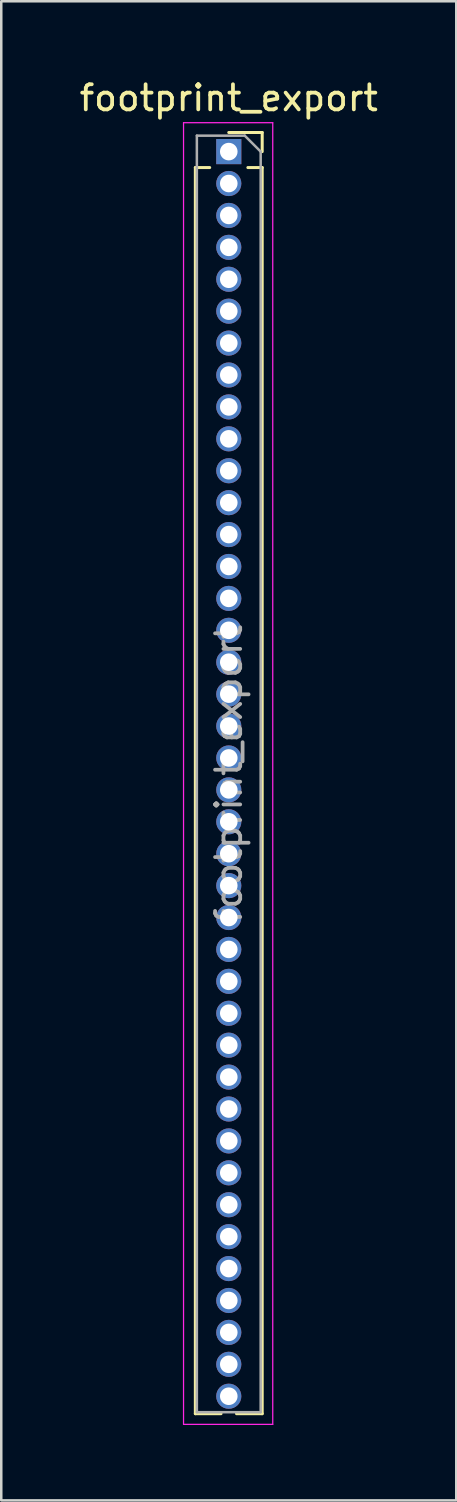
<source format=kicad_pcb>
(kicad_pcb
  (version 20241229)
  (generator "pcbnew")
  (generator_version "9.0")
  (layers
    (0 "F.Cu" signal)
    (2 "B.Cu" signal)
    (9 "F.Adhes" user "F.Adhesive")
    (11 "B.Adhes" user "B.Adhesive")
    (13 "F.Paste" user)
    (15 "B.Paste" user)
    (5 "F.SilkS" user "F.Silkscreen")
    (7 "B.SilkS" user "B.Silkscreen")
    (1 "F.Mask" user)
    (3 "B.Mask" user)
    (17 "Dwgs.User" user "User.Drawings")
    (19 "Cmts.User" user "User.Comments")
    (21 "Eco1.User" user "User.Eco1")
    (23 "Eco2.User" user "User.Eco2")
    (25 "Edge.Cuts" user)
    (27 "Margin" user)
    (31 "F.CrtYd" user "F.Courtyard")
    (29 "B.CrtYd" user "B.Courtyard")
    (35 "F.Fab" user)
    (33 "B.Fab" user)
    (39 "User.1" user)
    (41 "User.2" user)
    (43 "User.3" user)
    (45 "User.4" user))
  (footprint "footprint_export"
    (layer "F.Cu")
    (at 6.054 2.983)
    (property "Reference" "footprint_export" (at 0 -2.135 0) (layer "F.SilkS") (effects (font (size 1 1) (thickness 0.15))))
    (attr through_hole)
    (fp_line (start -1.33 0.635) (end -1.33 50.225) (stroke (width 0.12) (type solid)) (layer "F.SilkS"))
    (fp_line (start -1.33 0.635) (end -0.76 0.635) (stroke (width 0.12) (type solid)) (layer "F.SilkS"))
    (fp_line (start -1.33 50.225) (end -0.308 50.225) (stroke (width 0.12) (type solid)) (layer "F.SilkS"))
    (fp_line (start 0 -0.76) (end 1.33 -0.76) (stroke (width 0.12) (type solid)) (layer "F.SilkS"))
    (fp_line (start 0.308 50.225) (end 1.33 50.225) (stroke (width 0.12) (type solid)) (layer "F.SilkS"))
    (fp_line (start 0.76 0.635) (end 1.33 0.635) (stroke (width 0.12) (type solid)) (layer "F.SilkS"))
    (fp_line (start 1.33 -0.76) (end 1.33 0) (stroke (width 0.12) (type solid)) (layer "F.SilkS"))
    (fp_line (start 1.33 0.635) (end 1.33 50.225) (stroke (width 0.12) (type solid)) (layer "F.SilkS"))
    (fp_line (start -1.8 -1.15) (end 1.75 -1.15) (stroke (width 0.05) (type solid)) (layer "F.CrtYd"))
    (fp_line (start -1.8 50.65) (end -1.8 -1.15) (stroke (width 0.05) (type solid)) (layer "F.CrtYd"))
    (fp_line (start 1.75 -1.15) (end 1.75 50.65) (stroke (width 0.05) (type solid)) (layer "F.CrtYd"))
    (fp_line (start 1.75 50.65) (end -1.8 50.65) (stroke (width 0.05) (type solid)) (layer "F.CrtYd"))
    (fp_line (start -1.27 -0.635) (end 0.635 -0.635) (stroke (width 0.1) (type solid)) (layer "F.Fab"))
    (fp_line (start -1.27 50.165) (end -1.27 -0.635) (stroke (width 0.1) (type solid)) (layer "F.Fab"))
    (fp_line (start 0.635 -0.635) (end 1.27 0) (stroke (width 0.1) (type solid)) (layer "F.Fab"))
    (fp_line (start 1.27 0) (end 1.27 50.165) (stroke (width 0.1) (type solid)) (layer "F.Fab"))
    (fp_line (start 1.27 50.165) (end -1.27 50.165) (stroke (width 0.1) (type solid)) (layer "F.Fab"))
    (fp_text user "${REFERENCE}" (at 0 24.765 90) (layer "F.Fab") (effects (font (size 1 1) (thickness 0.15))))
    (pad "1" thru_hole rect (at 0 0) (size 1 1) (drill 0.7) (layers "*.Cu" "*.Mask"))
    (pad "2" thru_hole oval (at 0 1.27) (size 1 1) (drill 0.7) (layers "*.Cu" "*.Mask"))
    (pad "3" thru_hole oval (at 0 2.54) (size 1 1) (drill 0.7) (layers "*.Cu" "*.Mask"))
    (pad "4" thru_hole oval (at 0 3.81) (size 1 1) (drill 0.7) (layers "*.Cu" "*.Mask"))
    (pad "5" thru_hole oval (at 0 5.08) (size 1 1) (drill 0.7) (layers "*.Cu" "*.Mask"))
    (pad "6" thru_hole oval (at 0 6.35) (size 1 1) (drill 0.7) (layers "*.Cu" "*.Mask"))
    (pad "7" thru_hole oval (at 0 7.62) (size 1 1) (drill 0.7) (layers "*.Cu" "*.Mask"))
    (pad "8" thru_hole oval (at 0 8.89) (size 1 1) (drill 0.7) (layers "*.Cu" "*.Mask"))
    (pad "9" thru_hole oval (at 0 10.16) (size 1 1) (drill 0.7) (layers "*.Cu" "*.Mask"))
    (pad "10" thru_hole oval (at 0 11.43) (size 1 1) (drill 0.7) (layers "*.Cu" "*.Mask"))
    (pad "11" thru_hole oval (at 0 12.7) (size 1 1) (drill 0.7) (layers "*.Cu" "*.Mask"))
    (pad "12" thru_hole oval (at 0 13.97) (size 1 1) (drill 0.7) (layers "*.Cu" "*.Mask"))
    (pad "13" thru_hole oval (at 0 15.24) (size 1 1) (drill 0.7) (layers "*.Cu" "*.Mask"))
    (pad "14" thru_hole oval (at 0 16.51) (size 1 1) (drill 0.7) (layers "*.Cu" "*.Mask"))
    (pad "15" thru_hole oval (at 0 17.78) (size 1 1) (drill 0.7) (layers "*.Cu" "*.Mask"))
    (pad "16" thru_hole oval (at 0 19.05) (size 1 1) (drill 0.7) (layers "*.Cu" "*.Mask"))
    (pad "17" thru_hole oval (at 0 20.32) (size 1 1) (drill 0.7) (layers "*.Cu" "*.Mask"))
    (pad "18" thru_hole oval (at 0 21.59) (size 1 1) (drill 0.7) (layers "*.Cu" "*.Mask"))
    (pad "19" thru_hole oval (at 0 22.86) (size 1 1) (drill 0.7) (layers "*.Cu" "*.Mask"))
    (pad "20" thru_hole oval (at 0 24.13) (size 1 1) (drill 0.7) (layers "*.Cu" "*.Mask"))
    (pad "21" thru_hole oval (at 0 25.4) (size 1 1) (drill 0.7) (layers "*.Cu" "*.Mask"))
    (pad "22" thru_hole oval (at 0 26.67) (size 1 1) (drill 0.7) (layers "*.Cu" "*.Mask"))
    (pad "23" thru_hole oval (at 0 27.94) (size 1 1) (drill 0.7) (layers "*.Cu" "*.Mask"))
    (pad "24" thru_hole oval (at 0 29.21) (size 1 1) (drill 0.7) (layers "*.Cu" "*.Mask"))
    (pad "25" thru_hole oval (at 0 30.48) (size 1 1) (drill 0.7) (layers "*.Cu" "*.Mask"))
    (pad "26" thru_hole oval (at 0 31.75) (size 1 1) (drill 0.7) (layers "*.Cu" "*.Mask"))
    (pad "27" thru_hole oval (at 0 33.02) (size 1 1) (drill 0.7) (layers "*.Cu" "*.Mask"))
    (pad "28" thru_hole oval (at 0 34.29) (size 1 1) (drill 0.7) (layers "*.Cu" "*.Mask"))
    (pad "29" thru_hole oval (at 0 35.56) (size 1 1) (drill 0.7) (layers "*.Cu" "*.Mask"))
    (pad "30" thru_hole oval (at 0 36.83) (size 1 1) (drill 0.7) (layers "*.Cu" "*.Mask"))
    (pad "31" thru_hole oval (at 0 38.1) (size 1 1) (drill 0.7) (layers "*.Cu" "*.Mask"))
    (pad "32" thru_hole oval (at 0 39.37) (size 1 1) (drill 0.7) (layers "*.Cu" "*.Mask"))
    (pad "33" thru_hole oval (at 0 40.64) (size 1 1) (drill 0.7) (layers "*.Cu" "*.Mask"))
    (pad "34" thru_hole oval (at 0 41.91) (size 1 1) (drill 0.7) (layers "*.Cu" "*.Mask"))
    (pad "35" thru_hole oval (at 0 43.18) (size 1 1) (drill 0.7) (layers "*.Cu" "*.Mask"))
    (pad "36" thru_hole oval (at 0 44.45) (size 1 1) (drill 0.7) (layers "*.Cu" "*.Mask"))
    (pad "37" thru_hole oval (at 0 45.72) (size 1 1) (drill 0.7) (layers "*.Cu" "*.Mask"))
    (pad "38" thru_hole oval (at 0 46.99) (size 1 1) (drill 0.7) (layers "*.Cu" "*.Mask"))
    (pad "39" thru_hole oval (at 0 48.26) (size 1 1) (drill 0.7) (layers "*.Cu" "*.Mask"))
    (pad "40" thru_hole oval (at 0 49.53) (size 1 1) (drill 0.7) (layers "*.Cu" "*.Mask")))
  (gr_rect
    (start -3 -3)
    (end 15.107 56.658)
    (stroke (width 0.1) (type default))
    (fill no)
    (layer "Edge.Cuts")))
</source>
